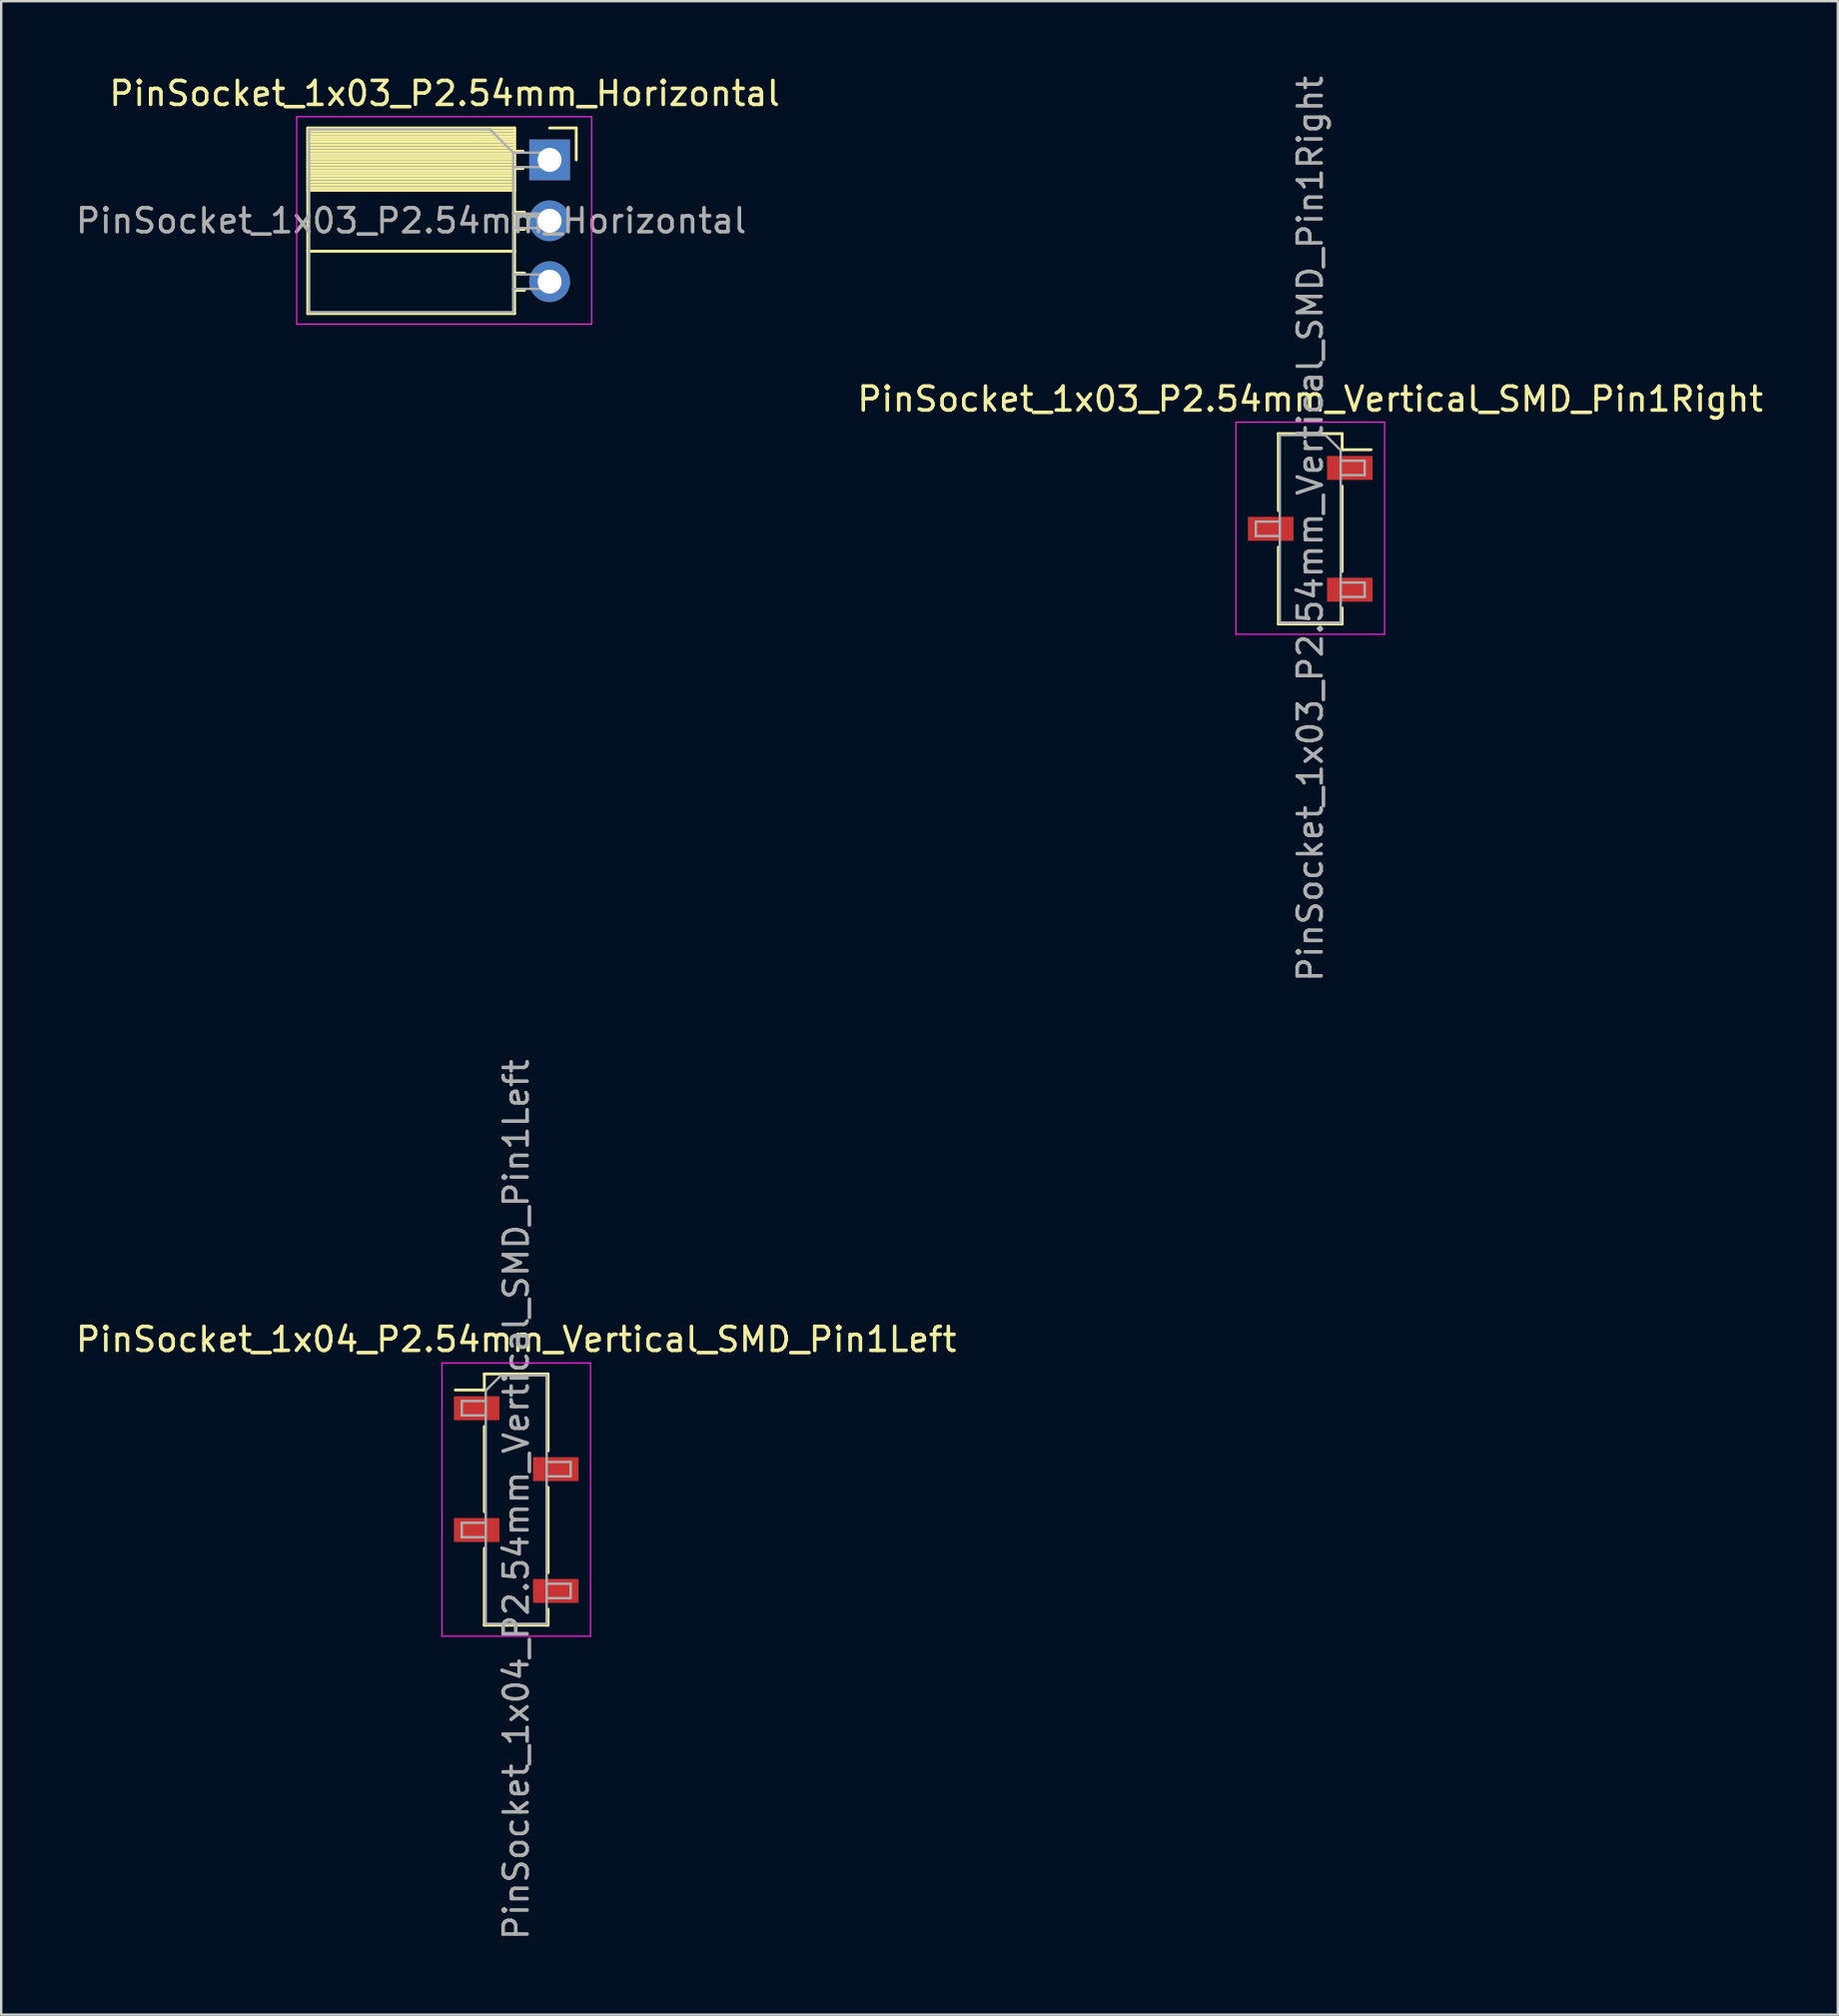
<source format=kicad_pcb>
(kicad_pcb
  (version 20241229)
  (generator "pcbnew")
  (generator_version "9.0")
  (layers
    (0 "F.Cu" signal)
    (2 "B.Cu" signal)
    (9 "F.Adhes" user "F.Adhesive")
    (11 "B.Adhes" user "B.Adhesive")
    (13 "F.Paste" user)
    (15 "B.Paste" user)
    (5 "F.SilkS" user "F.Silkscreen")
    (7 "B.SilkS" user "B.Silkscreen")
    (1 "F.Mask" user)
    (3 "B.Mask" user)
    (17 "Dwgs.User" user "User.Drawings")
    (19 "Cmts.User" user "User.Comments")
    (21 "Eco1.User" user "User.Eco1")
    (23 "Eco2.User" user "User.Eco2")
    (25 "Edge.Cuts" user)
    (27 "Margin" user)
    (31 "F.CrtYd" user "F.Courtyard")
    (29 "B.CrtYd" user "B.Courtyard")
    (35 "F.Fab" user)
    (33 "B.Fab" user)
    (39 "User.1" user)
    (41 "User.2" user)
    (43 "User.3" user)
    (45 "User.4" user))
  (footprint "PinSocket_1x04_P2.54mm_Vertical_SMD_Pin1Left"
    (layer "F.Cu")
    (at 18.482 59.494)
    (property "Reference" "PinSocket_1x04_P2.54mm_Vertical_SMD_Pin1Left" (at 0 -6.68 0) (layer "F.SilkS") (effects (font (size 1 1) (thickness 0.15))))
    (attr smd)
    (fp_line (start -2.54 -4.57) (end -1.33 -4.57) (stroke (width 0.12) (type solid)) (layer "F.SilkS"))
    (fp_line (start -1.33 -5.24) (end -1.33 -4.57) (stroke (width 0.12) (type solid)) (layer "F.SilkS"))
    (fp_line (start -1.33 -5.24) (end 1.33 -5.24) (stroke (width 0.12) (type solid)) (layer "F.SilkS"))
    (fp_line (start -1.33 -3.05) (end -1.33 0.51) (stroke (width 0.12) (type solid)) (layer "F.SilkS"))
    (fp_line (start -1.33 2.03) (end -1.33 5.24) (stroke (width 0.12) (type solid)) (layer "F.SilkS"))
    (fp_line (start -1.33 5.24) (end 1.33 5.24) (stroke (width 0.12) (type solid)) (layer "F.SilkS"))
    (fp_line (start 1.33 -5.24) (end 1.33 -2.03) (stroke (width 0.12) (type solid)) (layer "F.SilkS"))
    (fp_line (start 1.33 -0.51) (end 1.33 3.05) (stroke (width 0.12) (type solid)) (layer "F.SilkS"))
    (fp_line (start 1.33 4.57) (end 1.33 5.24) (stroke (width 0.12) (type solid)) (layer "F.SilkS"))
    (fp_line (start -3.1 -5.7) (end 3.1 -5.7) (stroke (width 0.05) (type solid)) (layer "F.CrtYd"))
    (fp_line (start -3.1 5.7) (end -3.1 -5.7) (stroke (width 0.05) (type solid)) (layer "F.CrtYd"))
    (fp_line (start 3.1 -5.7) (end 3.1 5.7) (stroke (width 0.05) (type solid)) (layer "F.CrtYd"))
    (fp_line (start 3.1 5.7) (end -3.1 5.7) (stroke (width 0.05) (type solid)) (layer "F.CrtYd"))
    (fp_line (start -2.27 -4.11) (end -1.27 -4.11) (stroke (width 0.1) (type solid)) (layer "F.Fab"))
    (fp_line (start -2.27 -3.51) (end -2.27 -4.11) (stroke (width 0.1) (type solid)) (layer "F.Fab"))
    (fp_line (start -2.27 0.97) (end -1.27 0.97) (stroke (width 0.1) (type solid)) (layer "F.Fab"))
    (fp_line (start -2.27 1.57) (end -2.27 0.97) (stroke (width 0.1) (type solid)) (layer "F.Fab"))
    (fp_line (start -1.27 -4.545) (end -0.635 -5.18) (stroke (width 0.1) (type solid)) (layer "F.Fab"))
    (fp_line (start -1.27 -3.51) (end -2.27 -3.51) (stroke (width 0.1) (type solid)) (layer "F.Fab"))
    (fp_line (start -1.27 1.57) (end -2.27 1.57) (stroke (width 0.1) (type solid)) (layer "F.Fab"))
    (fp_line (start -1.27 5.18) (end -1.27 -4.545) (stroke (width 0.1) (type solid)) (layer "F.Fab"))
    (fp_line (start -0.635 -5.18) (end 1.27 -5.18) (stroke (width 0.1) (type solid)) (layer "F.Fab"))
    (fp_line (start 1.27 -5.18) (end 1.27 5.18) (stroke (width 0.1) (type solid)) (layer "F.Fab"))
    (fp_line (start 1.27 -1.57) (end 2.27 -1.57) (stroke (width 0.1) (type solid)) (layer "F.Fab"))
    (fp_line (start 1.27 3.51) (end 2.27 3.51) (stroke (width 0.1) (type solid)) (layer "F.Fab"))
    (fp_line (start 1.27 5.18) (end -1.27 5.18) (stroke (width 0.1) (type solid)) (layer "F.Fab"))
    (fp_line (start 2.27 -1.57) (end 2.27 -0.97) (stroke (width 0.1) (type solid)) (layer "F.Fab"))
    (fp_line (start 2.27 -0.97) (end 1.27 -0.97) (stroke (width 0.1) (type solid)) (layer "F.Fab"))
    (fp_line (start 2.27 3.51) (end 2.27 4.11) (stroke (width 0.1) (type solid)) (layer "F.Fab"))
    (fp_line (start 2.27 4.11) (end 1.27 4.11) (stroke (width 0.1) (type solid)) (layer "F.Fab"))
    (fp_text user "${REFERENCE}" (at 0 0 90) (layer "F.Fab") (effects (font (size 1 1) (thickness 0.15))))
    (pad "1" smd rect (at -1.65 -3.81) (size 1.9 1) (layers "F.Cu" "F.Mask" "F.Paste"))
    (pad "2" smd rect (at 1.65 -1.27) (size 1.9 1) (layers "F.Cu" "F.Mask" "F.Paste"))
    (pad "3" smd rect (at -1.65 1.27) (size 1.9 1) (layers "F.Cu" "F.Mask" "F.Paste"))
    (pad "4" smd rect (at 1.65 3.81) (size 1.9 1) (layers "F.Cu" "F.Mask" "F.Paste")))
  (footprint "PinSocket_1x03_P2.54mm_Horizontal"
    (layer "F.Cu")
    (at 19.876 3.618)
    (property "Reference" "PinSocket_1x03_P2.54mm_Horizontal" (at -4.38 -2.77 0) (layer "F.SilkS") (effects (font (size 1 1) (thickness 0.15))))
    (attr through_hole)
    (fp_line (start -10.09 -1.33) (end -10.09 6.41) (stroke (width 0.12) (type solid)) (layer "F.SilkS"))
    (fp_line (start -10.09 -1.33) (end -1.46 -1.33) (stroke (width 0.12) (type solid)) (layer "F.SilkS"))
    (fp_line (start -10.09 -1.21) (end -1.46 -1.21) (stroke (width 0.12) (type solid)) (layer "F.SilkS"))
    (fp_line (start -10.09 -1.092) (end -1.46 -1.092) (stroke (width 0.12) (type solid)) (layer "F.SilkS"))
    (fp_line (start -10.09 -0.974) (end -1.46 -0.974) (stroke (width 0.12) (type solid)) (layer "F.SilkS"))
    (fp_line (start -10.09 -0.856) (end -1.46 -0.856) (stroke (width 0.12) (type solid)) (layer "F.SilkS"))
    (fp_line (start -10.09 -0.738) (end -1.46 -0.738) (stroke (width 0.12) (type solid)) (layer "F.SilkS"))
    (fp_line (start -10.09 -0.62) (end -1.46 -0.62) (stroke (width 0.12) (type solid)) (layer "F.SilkS"))
    (fp_line (start -10.09 -0.501) (end -1.46 -0.501) (stroke (width 0.12) (type solid)) (layer "F.SilkS"))
    (fp_line (start -10.09 -0.383) (end -1.46 -0.383) (stroke (width 0.12) (type solid)) (layer "F.SilkS"))
    (fp_line (start -10.09 -0.265) (end -1.46 -0.265) (stroke (width 0.12) (type solid)) (layer "F.SilkS"))
    (fp_line (start -10.09 -0.147) (end -1.46 -0.147) (stroke (width 0.12) (type solid)) (layer "F.SilkS"))
    (fp_line (start -10.09 -0.029) (end -1.46 -0.029) (stroke (width 0.12) (type solid)) (layer "F.SilkS"))
    (fp_line (start -10.09 0.089) (end -1.46 0.089) (stroke (width 0.12) (type solid)) (layer "F.SilkS"))
    (fp_line (start -10.09 0.207) (end -1.46 0.207) (stroke (width 0.12) (type solid)) (layer "F.SilkS"))
    (fp_line (start -10.09 0.325) (end -1.46 0.325) (stroke (width 0.12) (type solid)) (layer "F.SilkS"))
    (fp_line (start -10.09 0.443) (end -1.46 0.443) (stroke (width 0.12) (type solid)) (layer "F.SilkS"))
    (fp_line (start -10.09 0.561) (end -1.46 0.561) (stroke (width 0.12) (type solid)) (layer "F.SilkS"))
    (fp_line (start -10.09 0.68) (end -1.46 0.68) (stroke (width 0.12) (type solid)) (layer "F.SilkS"))
    (fp_line (start -10.09 0.798) (end -1.46 0.798) (stroke (width 0.12) (type solid)) (layer "F.SilkS"))
    (fp_line (start -10.09 0.916) (end -1.46 0.916) (stroke (width 0.12) (type solid)) (layer "F.SilkS"))
    (fp_line (start -10.09 1.034) (end -1.46 1.034) (stroke (width 0.12) (type solid)) (layer "F.SilkS"))
    (fp_line (start -10.09 1.152) (end -1.46 1.152) (stroke (width 0.12) (type solid)) (layer "F.SilkS"))
    (fp_line (start -10.09 1.27) (end -1.46 1.27) (stroke (width 0.12) (type solid)) (layer "F.SilkS"))
    (fp_line (start -10.09 3.81) (end -1.46 3.81) (stroke (width 0.12) (type solid)) (layer "F.SilkS"))
    (fp_line (start -10.09 6.41) (end -1.46 6.41) (stroke (width 0.12) (type solid)) (layer "F.SilkS"))
    (fp_line (start -1.46 -1.33) (end -1.46 6.41) (stroke (width 0.12) (type solid)) (layer "F.SilkS"))
    (fp_line (start -1.46 -0.36) (end -1.11 -0.36) (stroke (width 0.12) (type solid)) (layer "F.SilkS"))
    (fp_line (start -1.46 0.36) (end -1.11 0.36) (stroke (width 0.12) (type solid)) (layer "F.SilkS"))
    (fp_line (start -1.46 2.18) (end -1.05 2.18) (stroke (width 0.12) (type solid)) (layer "F.SilkS"))
    (fp_line (start -1.46 2.9) (end -1.05 2.9) (stroke (width 0.12) (type solid)) (layer "F.SilkS"))
    (fp_line (start -1.46 4.72) (end -1.05 4.72) (stroke (width 0.12) (type solid)) (layer "F.SilkS"))
    (fp_line (start -1.46 5.44) (end -1.05 5.44) (stroke (width 0.12) (type solid)) (layer "F.SilkS"))
    (fp_line (start 0 -1.33) (end 1.11 -1.33) (stroke (width 0.12) (type solid)) (layer "F.SilkS"))
    (fp_line (start 1.11 -1.33) (end 1.11 0) (stroke (width 0.12) (type solid)) (layer "F.SilkS"))
    (fp_line (start -10.55 -1.8) (end -10.55 6.85) (stroke (width 0.05) (type solid)) (layer "F.CrtYd"))
    (fp_line (start -10.55 6.85) (end 1.75 6.85) (stroke (width 0.05) (type solid)) (layer "F.CrtYd"))
    (fp_line (start 1.75 -1.8) (end -10.55 -1.8) (stroke (width 0.05) (type solid)) (layer "F.CrtYd"))
    (fp_line (start 1.75 6.85) (end 1.75 -1.8) (stroke (width 0.05) (type solid)) (layer "F.CrtYd"))
    (fp_line (start -10.03 -1.27) (end -2.49 -1.27) (stroke (width 0.1) (type solid)) (layer "F.Fab"))
    (fp_line (start -10.03 6.35) (end -10.03 -1.27) (stroke (width 0.1) (type solid)) (layer "F.Fab"))
    (fp_line (start -2.49 -1.27) (end -1.52 -0.3) (stroke (width 0.1) (type solid)) (layer "F.Fab"))
    (fp_line (start -1.52 -0.3) (end -1.52 6.35) (stroke (width 0.1) (type solid)) (layer "F.Fab"))
    (fp_line (start -1.52 0.3) (end 0 0.3) (stroke (width 0.1) (type solid)) (layer "F.Fab"))
    (fp_line (start -1.52 2.84) (end 0 2.84) (stroke (width 0.1) (type solid)) (layer "F.Fab"))
    (fp_line (start -1.52 5.38) (end 0 5.38) (stroke (width 0.1) (type solid)) (layer "F.Fab"))
    (fp_line (start -1.52 6.35) (end -10.03 6.35) (stroke (width 0.1) (type solid)) (layer "F.Fab"))
    (fp_line (start 0 -0.3) (end -1.52 -0.3) (stroke (width 0.1) (type solid)) (layer "F.Fab"))
    (fp_line (start 0 0.3) (end 0 -0.3) (stroke (width 0.1) (type solid)) (layer "F.Fab"))
    (fp_line (start 0 2.24) (end -1.52 2.24) (stroke (width 0.1) (type solid)) (layer "F.Fab"))
    (fp_line (start 0 2.84) (end 0 2.24) (stroke (width 0.1) (type solid)) (layer "F.Fab"))
    (fp_line (start 0 4.78) (end -1.52 4.78) (stroke (width 0.1) (type solid)) (layer "F.Fab"))
    (fp_line (start 0 5.38) (end 0 4.78) (stroke (width 0.1) (type solid)) (layer "F.Fab"))
    (fp_text user "${REFERENCE}" (at -5.775 2.54 0) (layer "F.Fab") (effects (font (size 1 1) (thickness 0.15))))
    (pad "1" thru_hole rect (at 0 0) (size 1.7 1.7) (drill 1) (layers "*.Cu" "*.Mask"))
    (pad "2" thru_hole oval (at 0 2.54) (size 1.7 1.7) (drill 1) (layers "*.Cu" "*.Mask"))
    (pad "3" thru_hole oval (at 0 5.08) (size 1.7 1.7) (drill 1) (layers "*.Cu" "*.Mask")))
  (footprint "PinSocket_1x03_P2.54mm_Vertical_SMD_Pin1Right"
    (layer "F.Cu")
    (at 51.603 19.006)
    (property "Reference" "PinSocket_1x03_P2.54mm_Vertical_SMD_Pin1Right" (at 0 -5.41 0) (layer "F.SilkS") (effects (font (size 1 1) (thickness 0.15))))
    (attr smd)
    (fp_line (start -1.33 -3.97) (end -1.33 -0.76) (stroke (width 0.12) (type solid)) (layer "F.SilkS"))
    (fp_line (start -1.33 -3.97) (end 1.33 -3.97) (stroke (width 0.12) (type solid)) (layer "F.SilkS"))
    (fp_line (start -1.33 0.76) (end -1.33 3.97) (stroke (width 0.12) (type solid)) (layer "F.SilkS"))
    (fp_line (start -1.33 3.97) (end 1.33 3.97) (stroke (width 0.12) (type solid)) (layer "F.SilkS"))
    (fp_line (start 1.33 -3.97) (end 1.33 -3.3) (stroke (width 0.12) (type solid)) (layer "F.SilkS"))
    (fp_line (start 1.33 -3.3) (end 2.54 -3.3) (stroke (width 0.12) (type solid)) (layer "F.SilkS"))
    (fp_line (start 1.33 -1.78) (end 1.33 1.78) (stroke (width 0.12) (type solid)) (layer "F.SilkS"))
    (fp_line (start 1.33 3.3) (end 1.33 3.97) (stroke (width 0.12) (type solid)) (layer "F.SilkS"))
    (fp_line (start -3.1 -4.45) (end 3.1 -4.45) (stroke (width 0.05) (type solid)) (layer "F.CrtYd"))
    (fp_line (start -3.1 4.4) (end -3.1 -4.45) (stroke (width 0.05) (type solid)) (layer "F.CrtYd"))
    (fp_line (start 3.1 -4.45) (end 3.1 4.4) (stroke (width 0.05) (type solid)) (layer "F.CrtYd"))
    (fp_line (start 3.1 4.4) (end -3.1 4.4) (stroke (width 0.05) (type solid)) (layer "F.CrtYd"))
    (fp_line (start -2.27 -0.3) (end -1.27 -0.3) (stroke (width 0.1) (type solid)) (layer "F.Fab"))
    (fp_line (start -2.27 0.3) (end -2.27 -0.3) (stroke (width 0.1) (type solid)) (layer "F.Fab"))
    (fp_line (start -1.27 -3.91) (end 0.635 -3.91) (stroke (width 0.1) (type solid)) (layer "F.Fab"))
    (fp_line (start -1.27 0.3) (end -2.27 0.3) (stroke (width 0.1) (type solid)) (layer "F.Fab"))
    (fp_line (start -1.27 3.91) (end -1.27 -3.91) (stroke (width 0.1) (type solid)) (layer "F.Fab"))
    (fp_line (start 0.635 -3.91) (end 1.27 -3.275) (stroke (width 0.1) (type solid)) (layer "F.Fab"))
    (fp_line (start 1.27 -3.275) (end 1.27 3.91) (stroke (width 0.1) (type solid)) (layer "F.Fab"))
    (fp_line (start 1.27 -2.84) (end 2.27 -2.84) (stroke (width 0.1) (type solid)) (layer "F.Fab"))
    (fp_line (start 1.27 2.24) (end 2.27 2.24) (stroke (width 0.1) (type solid)) (layer "F.Fab"))
    (fp_line (start 1.27 3.91) (end -1.27 3.91) (stroke (width 0.1) (type solid)) (layer "F.Fab"))
    (fp_line (start 2.27 -2.84) (end 2.27 -2.24) (stroke (width 0.1) (type solid)) (layer "F.Fab"))
    (fp_line (start 2.27 -2.24) (end 1.27 -2.24) (stroke (width 0.1) (type solid)) (layer "F.Fab"))
    (fp_line (start 2.27 2.24) (end 2.27 2.84) (stroke (width 0.1) (type solid)) (layer "F.Fab"))
    (fp_line (start 2.27 2.84) (end 1.27 2.84) (stroke (width 0.1) (type solid)) (layer "F.Fab"))
    (fp_text user "${REFERENCE}" (at 0 0 90) (layer "F.Fab") (effects (font (size 1 1) (thickness 0.15))))
    (pad "1" smd rect (at 1.65 -2.54) (size 1.9 1) (layers "F.Cu" "F.Mask" "F.Paste"))
    (pad "2" smd rect (at -1.65 0) (size 1.9 1) (layers "F.Cu" "F.Mask" "F.Paste"))
    (pad "3" smd rect (at 1.65 2.54) (size 1.9 1) (layers "F.Cu" "F.Mask" "F.Paste")))
  (gr_rect
    (start -3 -3)
    (end 73.609 80.976)
    (stroke (width 0.1) (type default))
    (fill no)
    (layer "Edge.Cuts")))
</source>
